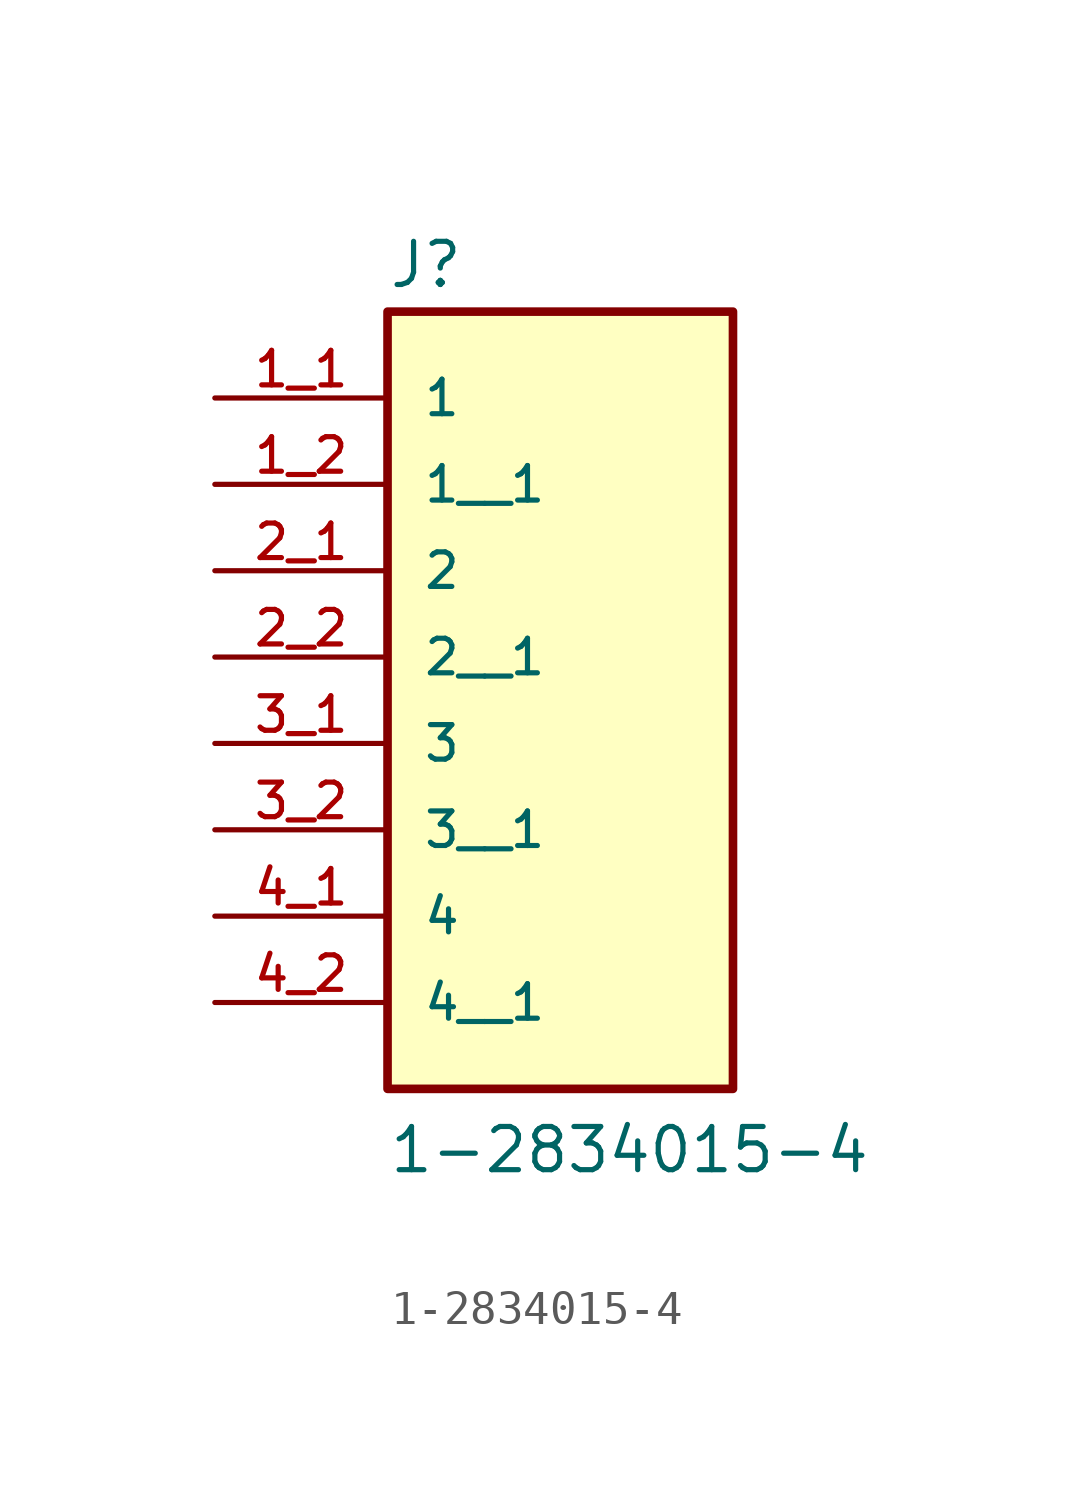
<source format=kicad_sym>
(kicad_symbol_lib
  (version 20211014)
  (generator kicad_symbol_editor)
  (symbol "1-2834015-4"
    (pin_names
      (offset 1.016))
    (property "Reference" "J"
      (at -5.08 8.255 0)
      (effects (font (size 1.27 1.27)) (justify bottom left)))
    (property "Value" "1-2834015-4"
      (at -5.08 -17.78 0)
      (effects (font (size 1.27 1.27)) (justify bottom left)))
    (symbol "1-2834015-4_0_0"
      (rectangle (start -5.08 -15.24) (end 5.08 7.62) (stroke (width 0.254)) (fill (type background)))
      (pin passive line (at -10.16 5.08 0) (length 5.08) (name "1" (effects (font (size 1.016 1.016)))) (number "1_1" (effects (font (size 1.016 1.016)))))
      (pin passive line (at -10.16 0.0 0) (length 5.08) (name "2" (effects (font (size 1.016 1.016)))) (number "2_1" (effects (font (size 1.016 1.016)))))
      (pin passive line (at -10.16 -5.08 0) (length 5.08) (name "3" (effects (font (size 1.016 1.016)))) (number "3_1" (effects (font (size 1.016 1.016)))))
      (pin passive line (at -10.16 -10.16 0) (length 5.08) (name "4" (effects (font (size 1.016 1.016)))) (number "4_1" (effects (font (size 1.016 1.016)))))
      (pin passive line (at -10.16 2.54 0) (length 5.08) (name "1__1" (effects (font (size 1.016 1.016)))) (number "1_2" (effects (font (size 1.016 1.016)))))
      (pin passive line (at -10.16 -2.54 0) (length 5.08) (name "2__1" (effects (font (size 1.016 1.016)))) (number "2_2" (effects (font (size 1.016 1.016)))))
      (pin passive line (at -10.16 -7.62 0) (length 5.08) (name "3__1" (effects (font (size 1.016 1.016)))) (number "3_2" (effects (font (size 1.016 1.016)))))
      (pin passive line (at -10.16 -12.7 0) (length 5.08) (name "4__1" (effects (font (size 1.016 1.016)))) (number "4_2" (effects (font (size 1.016 1.016))))))))
</source>
